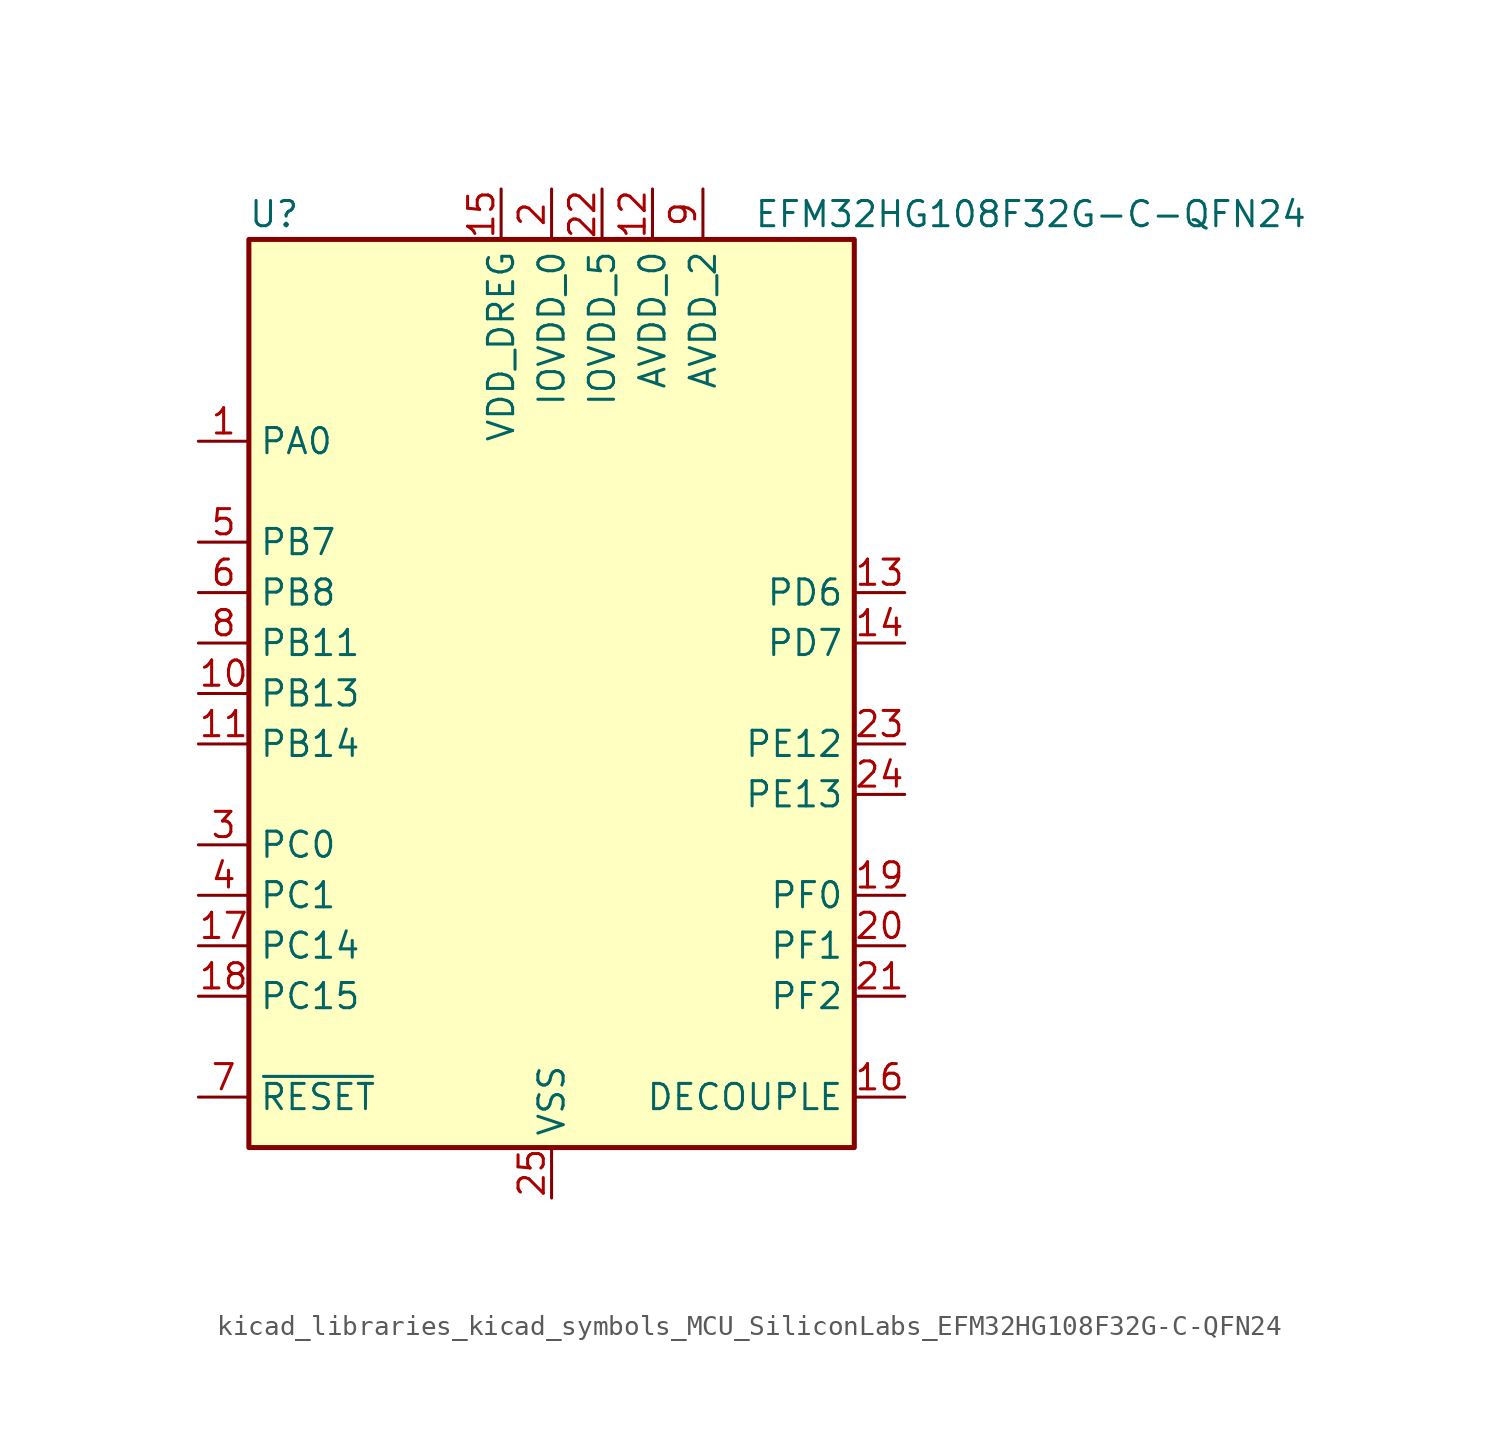
<source format=kicad_sym>
(kicad_symbol_lib
  (version 20220914)
  (generator kicad_symbol_editor)
  (symbol "kicad_libraries_kicad_symbols_MCU_SiliconLabs_EFM32HG108F32G-C-QFN24"
    (property "Reference" "U"
      (at -13.97 24.13 0)
      (effects (font (size 1.27 1.27))))
    (property "Value" "EFM32HG108F32G-C-QFN24"
      (at 24.13 24.13 0)
      (effects (font (size 1.27 1.27))))
    (symbol "kicad_libraries_kicad_symbols_MCU_SiliconLabs_EFM32HG108F32G-C-QFN24_0_1"
      (rectangle (start -15.24 22.86) (end 15.24 -22.86) (stroke (width 0.254) (type default)) (fill (type background))))
    (symbol "kicad_libraries_kicad_symbols_MCU_SiliconLabs_EFM32HG108F32G-C-QFN24_1_1"
      (pin bidirectional line (at -17.78 12.7 0) (length 2.54) (name "PA0" (effects (font (size 1.27 1.27)))) (number "1" (effects (font (size 1.27 1.27)))))
      (pin bidirectional line (at -17.78 0 0) (length 2.54) (name "PB13" (effects (font (size 1.27 1.27)))) (number "10" (effects (font (size 1.27 1.27)))))
      (pin bidirectional line (at -17.78 -2.54 0) (length 2.54) (name "PB14" (effects (font (size 1.27 1.27)))) (number "11" (effects (font (size 1.27 1.27)))))
      (pin power_in line (at 5.08 25.4 270) (length 2.54) (name "AVDD_0" (effects (font (size 1.27 1.27)))) (number "12" (effects (font (size 1.27 1.27)))))
      (pin bidirectional line (at 17.78 5.08 180) (length 2.54) (name "PD6" (effects (font (size 1.27 1.27)))) (number "13" (effects (font (size 1.27 1.27)))))
      (pin bidirectional line (at 17.78 2.54 180) (length 2.54) (name "PD7" (effects (font (size 1.27 1.27)))) (number "14" (effects (font (size 1.27 1.27)))))
      (pin power_in line (at -2.54 25.4 270) (length 2.54) (name "VDD_DREG" (effects (font (size 1.27 1.27)))) (number "15" (effects (font (size 1.27 1.27)))))
      (pin passive line (at 17.78 -20.32 180) (length 2.54) (name "DECOUPLE" (effects (font (size 1.27 1.27)))) (number "16" (effects (font (size 1.27 1.27)))))
      (pin bidirectional line (at -17.78 -12.7 0) (length 2.54) (name "PC14" (effects (font (size 1.27 1.27)))) (number "17" (effects (font (size 1.27 1.27)))))
      (pin bidirectional line (at -17.78 -15.24 0) (length 2.54) (name "PC15" (effects (font (size 1.27 1.27)))) (number "18" (effects (font (size 1.27 1.27)))))
      (pin bidirectional line (at 17.78 -10.16 180) (length 2.54) (name "PF0" (effects (font (size 1.27 1.27)))) (number "19" (effects (font (size 1.27 1.27)))))
      (pin power_in line (at 0 25.4 270) (length 2.54) (name "IOVDD_0" (effects (font (size 1.27 1.27)))) (number "2" (effects (font (size 1.27 1.27)))))
      (pin bidirectional line (at 17.78 -12.7 180) (length 2.54) (name "PF1" (effects (font (size 1.27 1.27)))) (number "20" (effects (font (size 1.27 1.27)))))
      (pin bidirectional line (at 17.78 -15.24 180) (length 2.54) (name "PF2" (effects (font (size 1.27 1.27)))) (number "21" (effects (font (size 1.27 1.27)))))
      (pin power_in line (at 2.54 25.4 270) (length 2.54) (name "IOVDD_5" (effects (font (size 1.27 1.27)))) (number "22" (effects (font (size 1.27 1.27)))))
      (pin bidirectional line (at 17.78 -2.54 180) (length 2.54) (name "PE12" (effects (font (size 1.27 1.27)))) (number "23" (effects (font (size 1.27 1.27)))))
      (pin bidirectional line (at 17.78 -5.08 180) (length 2.54) (name "PE13" (effects (font (size 1.27 1.27)))) (number "24" (effects (font (size 1.27 1.27)))))
      (pin power_in line (at 0 -25.4 90) (length 2.54) (name "VSS" (effects (font (size 1.27 1.27)))) (number "25" (effects (font (size 1.27 1.27)))))
      (pin bidirectional line (at -17.78 -7.62 0) (length 2.54) (name "PC0" (effects (font (size 1.27 1.27)))) (number "3" (effects (font (size 1.27 1.27)))))
      (pin bidirectional line (at -17.78 -10.16 0) (length 2.54) (name "PC1" (effects (font (size 1.27 1.27)))) (number "4" (effects (font (size 1.27 1.27)))))
      (pin bidirectional line (at -17.78 7.62 0) (length 2.54) (name "PB7" (effects (font (size 1.27 1.27)))) (number "5" (effects (font (size 1.27 1.27)))))
      (pin bidirectional line (at -17.78 5.08 0) (length 2.54) (name "PB8" (effects (font (size 1.27 1.27)))) (number "6" (effects (font (size 1.27 1.27)))))
      (pin input line (at -17.78 -20.32 0) (length 2.54) (name "~{RESET}" (effects (font (size 1.27 1.27)))) (number "7" (effects (font (size 1.27 1.27)))))
      (pin bidirectional line (at -17.78 2.54 0) (length 2.54) (name "PB11" (effects (font (size 1.27 1.27)))) (number "8" (effects (font (size 1.27 1.27)))))
      (pin power_in line (at 7.62 25.4 270) (length 2.54) (name "AVDD_2" (effects (font (size 1.27 1.27)))) (number "9" (effects (font (size 1.27 1.27))))))))
</source>
